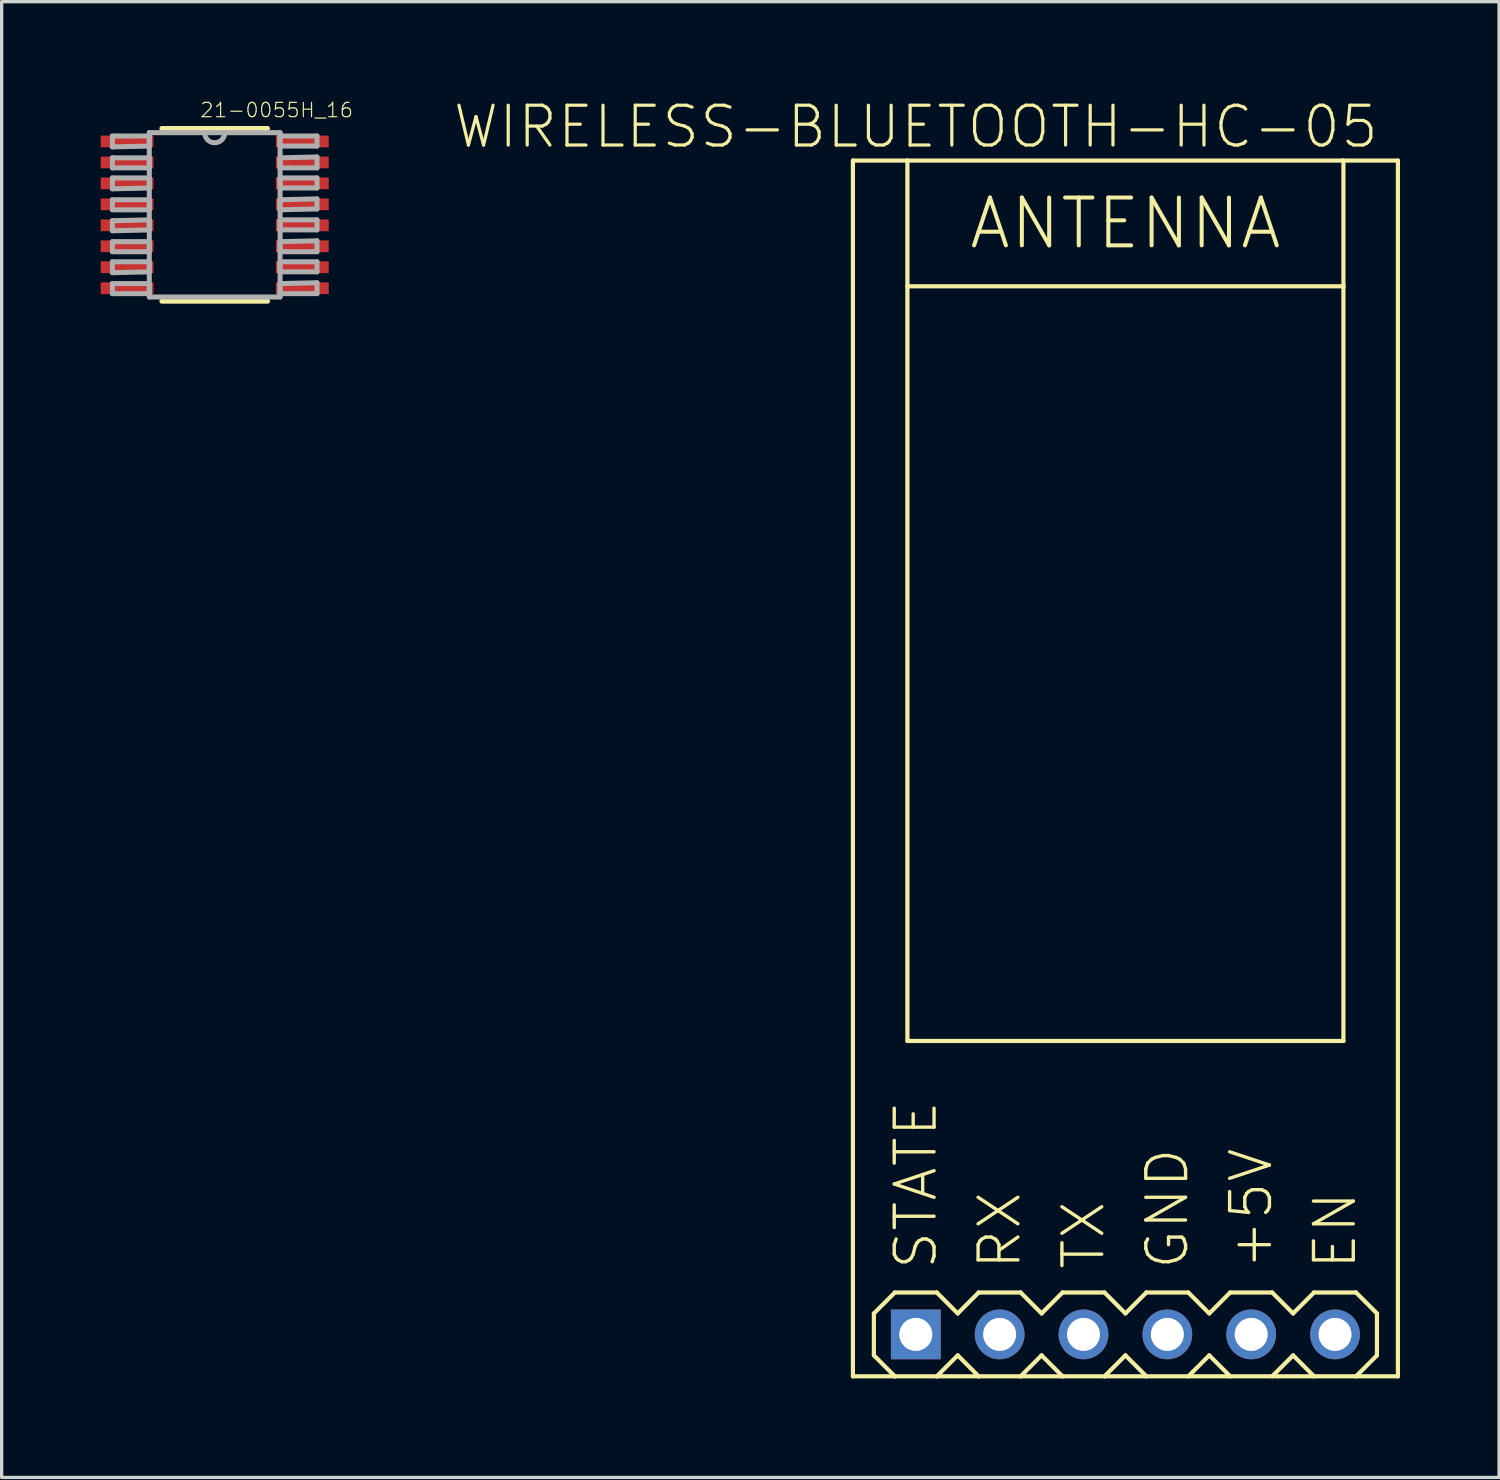
<source format=kicad_pcb>
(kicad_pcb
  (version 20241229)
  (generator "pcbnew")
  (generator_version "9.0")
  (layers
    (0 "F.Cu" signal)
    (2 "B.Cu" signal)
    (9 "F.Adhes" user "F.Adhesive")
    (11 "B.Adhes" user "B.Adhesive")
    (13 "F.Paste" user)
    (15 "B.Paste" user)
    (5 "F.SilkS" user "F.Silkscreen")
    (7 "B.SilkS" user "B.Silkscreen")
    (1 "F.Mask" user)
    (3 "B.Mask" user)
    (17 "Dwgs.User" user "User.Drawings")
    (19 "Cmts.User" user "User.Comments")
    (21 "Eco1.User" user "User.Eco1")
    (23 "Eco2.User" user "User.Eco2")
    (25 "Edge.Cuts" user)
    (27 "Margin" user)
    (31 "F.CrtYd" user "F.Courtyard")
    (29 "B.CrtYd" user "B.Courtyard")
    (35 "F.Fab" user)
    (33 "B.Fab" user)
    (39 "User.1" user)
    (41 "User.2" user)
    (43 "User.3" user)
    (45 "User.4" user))
  (footprint "21-0055H_16"
    (layer "F.Cu")
    (at 3.454 3.458)
    (property "Reference" "21-0055H_16" (at -0.466 -2.918 0) (layer "F.SilkS") (effects (font (size 0.435 0.435) (thickness 0.035)) (justify left bottom)))
    (attr through_hole)
    (fp_line (start -1.6 2.616) (end 1.6 2.616) (stroke (width 0.152) (type solid)) (layer "F.SilkS"))
    (fp_line (start 1.6 -2.616) (end -1.6 -2.616) (stroke (width 0.152) (type solid)) (layer "F.SilkS"))
    (fp_line (start -3.099 -2.388) (end -3.099 -2.057) (stroke (width 0.152) (type solid)) (layer "F.Fab"))
    (fp_line (start -3.099 -2.057) (end -1.981 -2.083) (stroke (width 0.152) (type solid)) (layer "F.Fab"))
    (fp_line (start -3.099 -1.727) (end -3.099 -1.422) (stroke (width 0.152) (type solid)) (layer "F.Fab"))
    (fp_line (start -3.099 -1.422) (end -1.981 -1.422) (stroke (width 0.152) (type solid)) (layer "F.Fab"))
    (fp_line (start -3.099 -1.118) (end -3.099 -0.787) (stroke (width 0.152) (type solid)) (layer "F.Fab"))
    (fp_line (start -3.099 -0.787) (end -1.981 -0.813) (stroke (width 0.152) (type solid)) (layer "F.Fab"))
    (fp_line (start -3.099 -0.457) (end -3.099 -0.152) (stroke (width 0.152) (type solid)) (layer "F.Fab"))
    (fp_line (start -3.099 -0.152) (end -1.981 -0.152) (stroke (width 0.152) (type solid)) (layer "F.Fab"))
    (fp_line (start -3.099 0.178) (end -3.099 0.483) (stroke (width 0.152) (type solid)) (layer "F.Fab"))
    (fp_line (start -3.099 0.483) (end -1.981 0.457) (stroke (width 0.152) (type solid)) (layer "F.Fab"))
    (fp_line (start -3.099 0.813) (end -3.099 1.118) (stroke (width 0.152) (type solid)) (layer "F.Fab"))
    (fp_line (start -3.099 1.118) (end -1.981 1.118) (stroke (width 0.152) (type solid)) (layer "F.Fab"))
    (fp_line (start -3.099 1.422) (end -3.099 1.753) (stroke (width 0.152) (type solid)) (layer "F.Fab"))
    (fp_line (start -3.099 1.753) (end -1.981 1.727) (stroke (width 0.152) (type solid)) (layer "F.Fab"))
    (fp_line (start -3.099 2.083) (end -3.099 2.388) (stroke (width 0.152) (type solid)) (layer "F.Fab"))
    (fp_line (start -3.099 2.388) (end -1.981 2.388) (stroke (width 0.152) (type solid)) (layer "F.Fab"))
    (fp_line (start -1.981 -2.489) (end -1.981 2.489) (stroke (width 0.152) (type solid)) (layer "F.Fab"))
    (fp_line (start -1.981 -2.388) (end -3.099 -2.388) (stroke (width 0.152) (type solid)) (layer "F.Fab"))
    (fp_line (start -1.981 -2.083) (end -1.981 -2.388) (stroke (width 0.152) (type solid)) (layer "F.Fab"))
    (fp_line (start -1.981 -1.727) (end -3.099 -1.727) (stroke (width 0.152) (type solid)) (layer "F.Fab"))
    (fp_line (start -1.981 -1.422) (end -1.981 -1.727) (stroke (width 0.152) (type solid)) (layer "F.Fab"))
    (fp_line (start -1.981 -1.118) (end -3.099 -1.118) (stroke (width 0.152) (type solid)) (layer "F.Fab"))
    (fp_line (start -1.981 -0.813) (end -1.981 -1.118) (stroke (width 0.152) (type solid)) (layer "F.Fab"))
    (fp_line (start -1.981 -0.457) (end -3.099 -0.457) (stroke (width 0.152) (type solid)) (layer "F.Fab"))
    (fp_line (start -1.981 -0.152) (end -1.981 -0.457) (stroke (width 0.152) (type solid)) (layer "F.Fab"))
    (fp_line (start -1.981 0.152) (end -3.099 0.178) (stroke (width 0.152) (type solid)) (layer "F.Fab"))
    (fp_line (start -1.981 0.457) (end -1.981 0.152) (stroke (width 0.152) (type solid)) (layer "F.Fab"))
    (fp_line (start -1.981 0.813) (end -3.099 0.813) (stroke (width 0.152) (type solid)) (layer "F.Fab"))
    (fp_line (start -1.981 1.118) (end -1.981 0.813) (stroke (width 0.152) (type solid)) (layer "F.Fab"))
    (fp_line (start -1.981 1.422) (end -3.099 1.422) (stroke (width 0.152) (type solid)) (layer "F.Fab"))
    (fp_line (start -1.981 1.727) (end -1.981 1.422) (stroke (width 0.152) (type solid)) (layer "F.Fab"))
    (fp_line (start -1.981 2.083) (end -3.099 2.083) (stroke (width 0.152) (type solid)) (layer "F.Fab"))
    (fp_line (start -1.981 2.388) (end -1.981 2.083) (stroke (width 0.152) (type solid)) (layer "F.Fab"))
    (fp_line (start -1.981 2.489) (end 1.981 2.489) (stroke (width 0.152) (type solid)) (layer "F.Fab"))
    (fp_line (start -0.305 -2.489) (end -1.981 -2.489) (stroke (width 0.152) (type solid)) (layer "F.Fab"))
    (fp_line (start 0.305 -2.489) (end -0.305 -2.489) (stroke (width 0.152) (type solid)) (layer "F.Fab"))
    (fp_line (start 1.981 -2.489) (end 0.305 -2.489) (stroke (width 0.152) (type solid)) (layer "F.Fab"))
    (fp_line (start 1.981 -2.388) (end 1.981 -2.083) (stroke (width 0.152) (type solid)) (layer "F.Fab"))
    (fp_line (start 1.981 -2.083) (end 3.099 -2.083) (stroke (width 0.152) (type solid)) (layer "F.Fab"))
    (fp_line (start 1.981 -1.727) (end 1.981 -1.422) (stroke (width 0.152) (type solid)) (layer "F.Fab"))
    (fp_line (start 1.981 -1.422) (end 3.099 -1.422) (stroke (width 0.152) (type solid)) (layer "F.Fab"))
    (fp_line (start 1.981 -1.118) (end 1.981 -0.813) (stroke (width 0.152) (type solid)) (layer "F.Fab"))
    (fp_line (start 1.981 -0.813) (end 3.099 -0.813) (stroke (width 0.152) (type solid)) (layer "F.Fab"))
    (fp_line (start 1.981 -0.457) (end 1.981 -0.152) (stroke (width 0.152) (type solid)) (layer "F.Fab"))
    (fp_line (start 1.981 -0.152) (end 3.099 -0.178) (stroke (width 0.152) (type solid)) (layer "F.Fab"))
    (fp_line (start 1.981 0.152) (end 1.981 0.457) (stroke (width 0.152) (type solid)) (layer "F.Fab"))
    (fp_line (start 1.981 0.457) (end 3.099 0.457) (stroke (width 0.152) (type solid)) (layer "F.Fab"))
    (fp_line (start 1.981 0.813) (end 1.981 1.118) (stroke (width 0.152) (type solid)) (layer "F.Fab"))
    (fp_line (start 1.981 1.118) (end 3.099 1.118) (stroke (width 0.152) (type solid)) (layer "F.Fab"))
    (fp_line (start 1.981 1.422) (end 1.981 1.727) (stroke (width 0.152) (type solid)) (layer "F.Fab"))
    (fp_line (start 1.981 1.727) (end 3.099 1.727) (stroke (width 0.152) (type solid)) (layer "F.Fab"))
    (fp_line (start 1.981 2.083) (end 1.981 2.388) (stroke (width 0.152) (type solid)) (layer "F.Fab"))
    (fp_line (start 1.981 2.388) (end 3.099 2.388) (stroke (width 0.152) (type solid)) (layer "F.Fab"))
    (fp_line (start 1.981 2.489) (end 1.981 -2.489) (stroke (width 0.152) (type solid)) (layer "F.Fab"))
    (fp_line (start 3.099 -2.388) (end 1.981 -2.388) (stroke (width 0.152) (type solid)) (layer "F.Fab"))
    (fp_line (start 3.099 -2.083) (end 3.099 -2.388) (stroke (width 0.152) (type solid)) (layer "F.Fab"))
    (fp_line (start 3.099 -1.753) (end 1.981 -1.727) (stroke (width 0.152) (type solid)) (layer "F.Fab"))
    (fp_line (start 3.099 -1.422) (end 3.099 -1.753) (stroke (width 0.152) (type solid)) (layer "F.Fab"))
    (fp_line (start 3.099 -1.118) (end 1.981 -1.118) (stroke (width 0.152) (type solid)) (layer "F.Fab"))
    (fp_line (start 3.099 -0.813) (end 3.099 -1.118) (stroke (width 0.152) (type solid)) (layer "F.Fab"))
    (fp_line (start 3.099 -0.483) (end 1.981 -0.457) (stroke (width 0.152) (type solid)) (layer "F.Fab"))
    (fp_line (start 3.099 -0.178) (end 3.099 -0.483) (stroke (width 0.152) (type solid)) (layer "F.Fab"))
    (fp_line (start 3.099 0.152) (end 1.981 0.152) (stroke (width 0.152) (type solid)) (layer "F.Fab"))
    (fp_line (start 3.099 0.457) (end 3.099 0.152) (stroke (width 0.152) (type solid)) (layer "F.Fab"))
    (fp_line (start 3.099 0.787) (end 1.981 0.813) (stroke (width 0.152) (type solid)) (layer "F.Fab"))
    (fp_line (start 3.099 1.118) (end 3.099 0.787) (stroke (width 0.152) (type solid)) (layer "F.Fab"))
    (fp_line (start 3.099 1.422) (end 1.981 1.422) (stroke (width 0.152) (type solid)) (layer "F.Fab"))
    (fp_line (start 3.099 1.727) (end 3.099 1.422) (stroke (width 0.152) (type solid)) (layer "F.Fab"))
    (fp_line (start 3.099 2.057) (end 1.981 2.083) (stroke (width 0.152) (type solid)) (layer "F.Fab"))
    (fp_line (start 3.099 2.388) (end 3.099 2.057) (stroke (width 0.152) (type solid)) (layer "F.Fab"))
    (fp_arc (start 0.3048 -2.4892) (mid 0 -2.1844) (end -0.3048 -2.4892) (stroke (width 0.1524) (type solid)) (layer "F.Fab"))
    (pad "1" smd rect (at -2.654 -2.223) (size 1.6 0.356) (layers "F.Cu" "F.Mask" "F.Paste"))
    (pad "2" smd rect (at -2.654 -1.587) (size 1.6 0.356) (layers "F.Cu" "F.Mask" "F.Paste"))
    (pad "3" smd rect (at -2.654 -0.953) (size 1.6 0.356) (layers "F.Cu" "F.Mask" "F.Paste"))
    (pad "4" smd rect (at -2.654 -0.318) (size 1.6 0.356) (layers "F.Cu" "F.Mask" "F.Paste"))
    (pad "5" smd rect (at -2.654 0.318) (size 1.6 0.356) (layers "F.Cu" "F.Mask" "F.Paste"))
    (pad "6" smd rect (at -2.654 0.953) (size 1.6 0.356) (layers "F.Cu" "F.Mask" "F.Paste"))
    (pad "7" smd rect (at -2.654 1.587) (size 1.6 0.356) (layers "F.Cu" "F.Mask" "F.Paste"))
    (pad "8" smd rect (at -2.654 2.223) (size 1.6 0.356) (layers "F.Cu" "F.Mask" "F.Paste"))
    (pad "9" smd rect (at 2.654 2.223) (size 1.6 0.356) (layers "F.Cu" "F.Mask" "F.Paste"))
    (pad "10" smd rect (at 2.654 1.587) (size 1.6 0.356) (layers "F.Cu" "F.Mask" "F.Paste"))
    (pad "11" smd rect (at 2.654 0.953) (size 1.6 0.356) (layers "F.Cu" "F.Mask" "F.Paste"))
    (pad "12" smd rect (at 2.654 0.318) (size 1.6 0.356) (layers "F.Cu" "F.Mask" "F.Paste"))
    (pad "13" smd rect (at 2.654 -0.318) (size 1.6 0.356) (layers "F.Cu" "F.Mask" "F.Paste"))
    (pad "14" smd rect (at 2.654 -0.953) (size 1.6 0.356) (layers "F.Cu" "F.Mask" "F.Paste"))
    (pad "15" smd rect (at 2.654 -1.587) (size 1.6 0.356) (layers "F.Cu" "F.Mask" "F.Paste"))
    (pad "16" smd rect (at 2.654 -2.223) (size 1.6 0.356) (layers "F.Cu" "F.Mask" "F.Paste")))
  (footprint "WIRELESS-BLUETOOTH-HC-05"
    (layer "F.Cu")
    (at 31.043 20.229)
    (property "Reference" "WIRELESS-BLUETOOTH-HC-05" (at -6.35 -18.733 0) (layer "F.SilkS") (effects (font (size 1.206 1.206) (thickness 0.097)) (justify bottom)))
    (attr through_hole)
    (fp_line (start -8.255 -18.415) (end -8.255 18.415) (stroke (width 0.127) (type solid)) (layer "F.SilkS"))
    (fp_line (start -8.255 18.415) (end -6.985 18.415) (stroke (width 0.127) (type solid)) (layer "F.SilkS"))
    (fp_line (start -7.62 16.51) (end -7.62 17.78) (stroke (width 0.127) (type solid)) (layer "F.SilkS"))
    (fp_line (start -7.62 17.78) (end -6.985 18.415) (stroke (width 0.127) (type solid)) (layer "F.SilkS"))
    (fp_line (start -6.985 15.875) (end -7.62 16.51) (stroke (width 0.127) (type solid)) (layer "F.SilkS"))
    (fp_line (start -6.985 18.415) (end -5.715 18.415) (stroke (width 0.127) (type solid)) (layer "F.SilkS"))
    (fp_line (start -6.604 -18.415) (end -8.255 -18.415) (stroke (width 0.127) (type solid)) (layer "F.SilkS"))
    (fp_line (start -6.604 -18.415) (end -6.604 -14.605) (stroke (width 0.127) (type solid)) (layer "F.SilkS"))
    (fp_line (start -6.604 -14.605) (end -6.604 8.255) (stroke (width 0.127) (type solid)) (layer "F.SilkS"))
    (fp_line (start -6.604 -14.605) (end 6.604 -14.605) (stroke (width 0.127) (type solid)) (layer "F.SilkS"))
    (fp_line (start -6.604 8.255) (end 6.604 8.255) (stroke (width 0.127) (type solid)) (layer "F.SilkS"))
    (fp_line (start -5.715 15.875) (end -6.985 15.875) (stroke (width 0.127) (type solid)) (layer "F.SilkS"))
    (fp_line (start -5.715 18.415) (end -5.08 17.78) (stroke (width 0.127) (type solid)) (layer "F.SilkS"))
    (fp_line (start -5.715 18.415) (end -4.445 18.415) (stroke (width 0.127) (type solid)) (layer "F.SilkS"))
    (fp_line (start -5.08 16.51) (end -5.715 15.875) (stroke (width 0.127) (type solid)) (layer "F.SilkS"))
    (fp_line (start -5.08 17.78) (end -4.445 18.415) (stroke (width 0.127) (type solid)) (layer "F.SilkS"))
    (fp_line (start -4.445 15.875) (end -5.08 16.51) (stroke (width 0.127) (type solid)) (layer "F.SilkS"))
    (fp_line (start -4.445 18.415) (end -3.175 18.415) (stroke (width 0.127) (type solid)) (layer "F.SilkS"))
    (fp_line (start -3.175 15.875) (end -4.445 15.875) (stroke (width 0.127) (type solid)) (layer "F.SilkS"))
    (fp_line (start -3.175 18.415) (end -2.54 17.78) (stroke (width 0.127) (type solid)) (layer "F.SilkS"))
    (fp_line (start -3.175 18.415) (end -1.905 18.415) (stroke (width 0.127) (type solid)) (layer "F.SilkS"))
    (fp_line (start -2.54 16.51) (end -3.175 15.875) (stroke (width 0.127) (type solid)) (layer "F.SilkS"))
    (fp_line (start -2.54 17.78) (end -1.905 18.415) (stroke (width 0.127) (type solid)) (layer "F.SilkS"))
    (fp_line (start -1.905 15.875) (end -2.54 16.51) (stroke (width 0.127) (type solid)) (layer "F.SilkS"))
    (fp_line (start -1.905 18.415) (end -0.635 18.415) (stroke (width 0.127) (type solid)) (layer "F.SilkS"))
    (fp_line (start -0.635 15.875) (end -1.905 15.875) (stroke (width 0.127) (type solid)) (layer "F.SilkS"))
    (fp_line (start -0.635 18.415) (end 0 17.78) (stroke (width 0.127) (type solid)) (layer "F.SilkS"))
    (fp_line (start -0.635 18.415) (end 8.255 18.415) (stroke (width 0.127) (type solid)) (layer "F.SilkS"))
    (fp_line (start 0 16.51) (end -0.635 15.875) (stroke (width 0.127) (type solid)) (layer "F.SilkS"))
    (fp_line (start 0 16.51) (end 0.635 15.875) (stroke (width 0.127) (type solid)) (layer "F.SilkS"))
    (fp_line (start 0.635 15.875) (end 1.905 15.875) (stroke (width 0.127) (type solid)) (layer "F.SilkS"))
    (fp_line (start 0.635 18.415) (end 0 17.78) (stroke (width 0.127) (type solid)) (layer "F.SilkS"))
    (fp_line (start 1.905 15.875) (end 2.54 16.51) (stroke (width 0.127) (type solid)) (layer "F.SilkS"))
    (fp_line (start 2.54 16.51) (end 3.175 15.875) (stroke (width 0.127) (type solid)) (layer "F.SilkS"))
    (fp_line (start 2.54 17.78) (end 1.905 18.415) (stroke (width 0.127) (type solid)) (layer "F.SilkS"))
    (fp_line (start 3.175 15.875) (end 4.445 15.875) (stroke (width 0.127) (type solid)) (layer "F.SilkS"))
    (fp_line (start 3.175 18.415) (end 2.54 17.78) (stroke (width 0.127) (type solid)) (layer "F.SilkS"))
    (fp_line (start 4.445 15.875) (end 5.08 16.51) (stroke (width 0.127) (type solid)) (layer "F.SilkS"))
    (fp_line (start 5.08 16.51) (end 5.715 15.875) (stroke (width 0.127) (type solid)) (layer "F.SilkS"))
    (fp_line (start 5.08 17.78) (end 4.445 18.415) (stroke (width 0.127) (type solid)) (layer "F.SilkS"))
    (fp_line (start 5.715 15.875) (end 6.985 15.875) (stroke (width 0.127) (type solid)) (layer "F.SilkS"))
    (fp_line (start 5.715 18.415) (end 5.08 17.78) (stroke (width 0.127) (type solid)) (layer "F.SilkS"))
    (fp_line (start 6.604 -18.415) (end -6.604 -18.415) (stroke (width 0.127) (type solid)) (layer "F.SilkS"))
    (fp_line (start 6.604 -14.605) (end 6.604 -18.415) (stroke (width 0.127) (type solid)) (layer "F.SilkS"))
    (fp_line (start 6.604 8.255) (end 6.604 -14.605) (stroke (width 0.127) (type solid)) (layer "F.SilkS"))
    (fp_line (start 7.62 16.51) (end 6.985 15.875) (stroke (width 0.127) (type solid)) (layer "F.SilkS"))
    (fp_line (start 7.62 17.78) (end 6.985 18.415) (stroke (width 0.127) (type solid)) (layer "F.SilkS"))
    (fp_line (start 7.62 17.78) (end 7.62 16.51) (stroke (width 0.127) (type solid)) (layer "F.SilkS"))
    (fp_line (start 8.255 -18.415) (end 6.604 -18.415) (stroke (width 0.127) (type solid)) (layer "F.SilkS"))
    (fp_line (start 8.255 18.415) (end 8.255 -18.415) (stroke (width 0.127) (type solid)) (layer "F.SilkS"))
    (fp_text user "EN" (at 6.35 15.24 90) (layer "F.SilkS") (effects (font (size 1.206 1.206) (thickness 0.102)) (justify left)))
    (fp_text user "TX" (at -1.27 15.24 90) (layer "F.SilkS") (effects (font (size 1.206 1.206) (thickness 0.102)) (justify left)))
    (fp_text user "STATE" (at -6.35 15.24 90) (layer "F.SilkS") (effects (font (size 1.206 1.206) (thickness 0.102)) (justify left)))
    (fp_text user "+5V" (at 3.81 15.24 90) (layer "F.SilkS") (effects (font (size 1.206 1.206) (thickness 0.102)) (justify left)))
    (fp_text user "GND" (at 1.27 15.24 90) (layer "F.SilkS") (effects (font (size 1.206 1.206) (thickness 0.102)) (justify left)))
    (fp_text user "ANTENNA" (at 0 -16.51 0) (layer "F.SilkS") (effects (font (size 1.448 1.448) (thickness 0.122))))
    (fp_text user "RX" (at -3.81 15.24 90) (layer "F.SilkS") (effects (font (size 1.206 1.206) (thickness 0.102)) (justify left)))
    (pad "1" thru_hole rect (at -6.35 17.145) (size 1.508 1.508) (drill 1) (layers "*.Cu" "*.Mask"))
    (pad "2" thru_hole circle (at -3.81 17.145) (size 1.508 1.508) (drill 1) (layers "*.Cu" "*.Mask"))
    (pad "3" thru_hole circle (at -1.27 17.145) (size 1.508 1.508) (drill 1) (layers "*.Cu" "*.Mask"))
    (pad "4" thru_hole circle (at 1.27 17.145) (size 1.508 1.508) (drill 1) (layers "*.Cu" "*.Mask"))
    (pad "5" thru_hole circle (at 3.81 17.145) (size 1.508 1.508) (drill 1) (layers "*.Cu" "*.Mask"))
    (pad "6" thru_hole circle (at 6.35 17.145) (size 1.508 1.508) (drill 1) (layers "*.Cu" "*.Mask")))
  (gr_rect
    (start -3 -3)
    (end 42.362 41.707)
    (stroke (width 0.1) (type default))
    (fill no)
    (layer "Edge.Cuts")))
</source>
